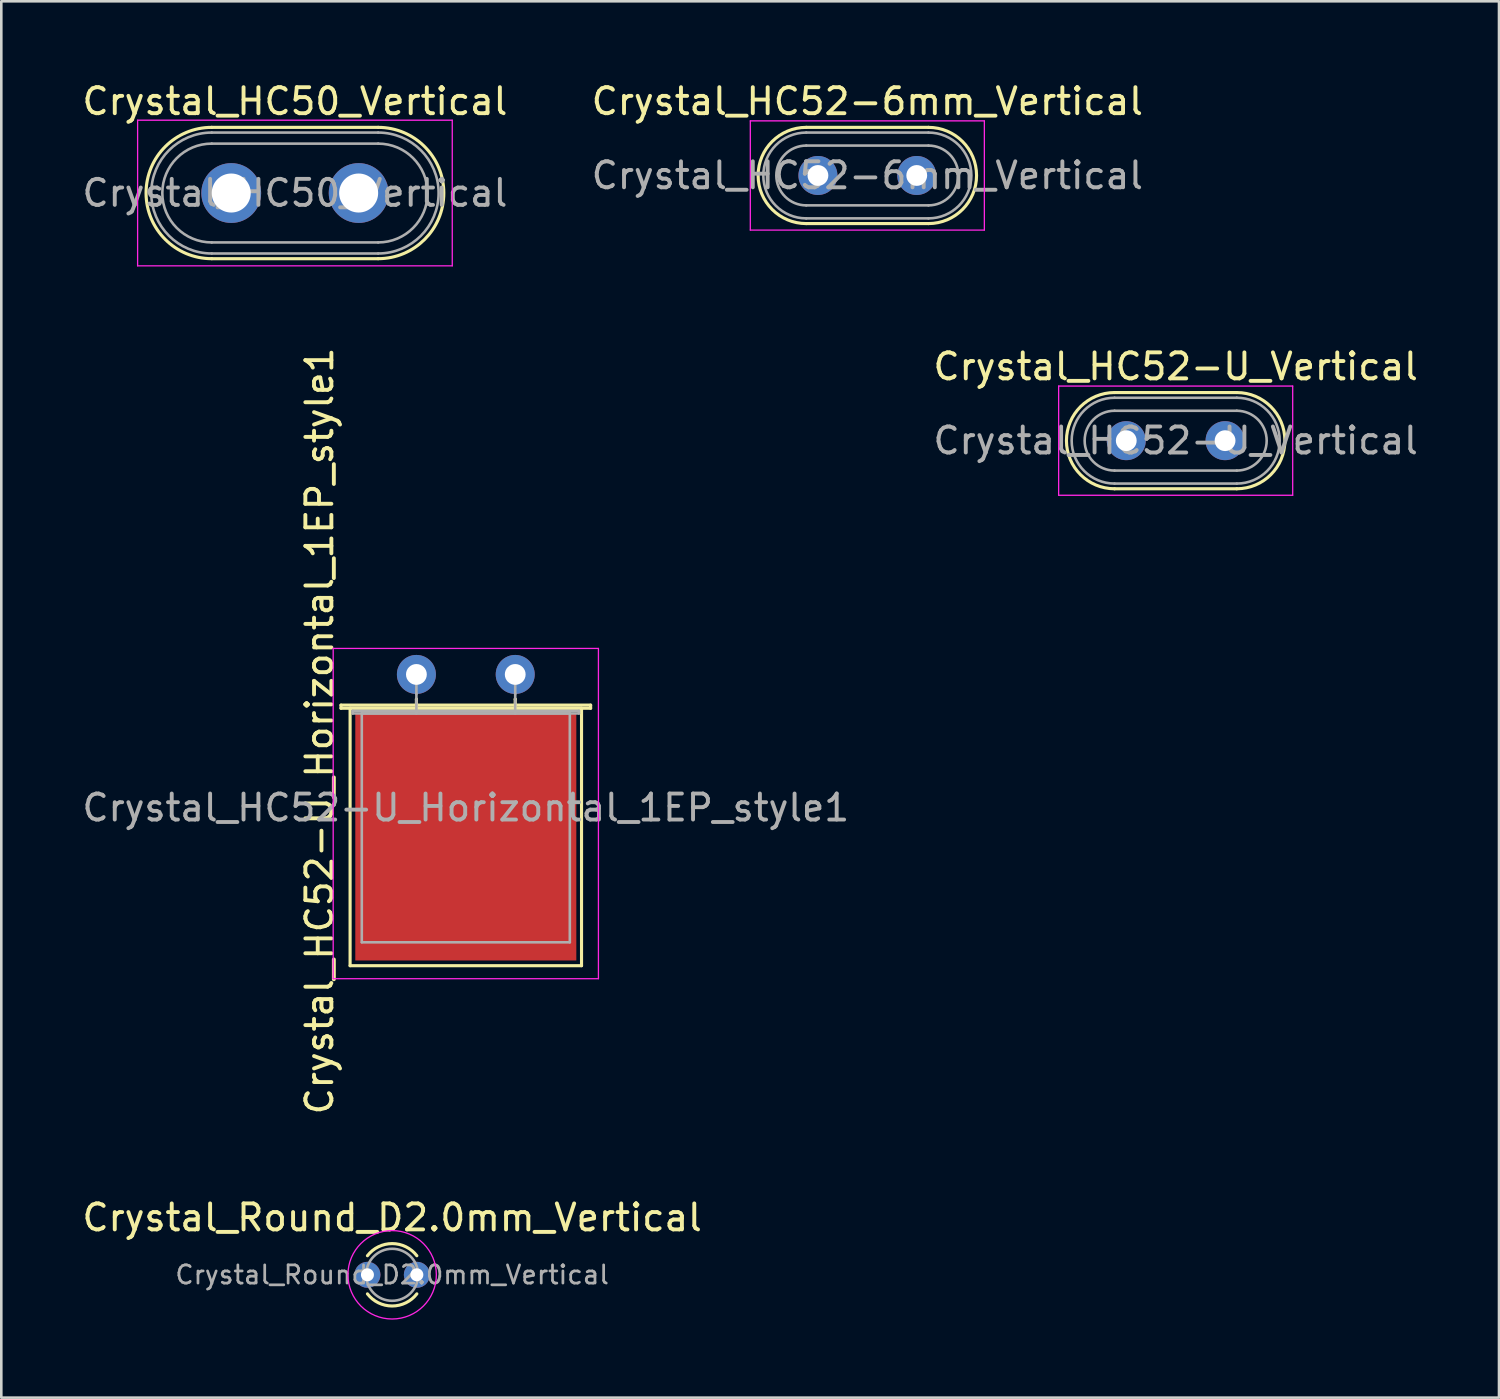
<source format=kicad_pcb>
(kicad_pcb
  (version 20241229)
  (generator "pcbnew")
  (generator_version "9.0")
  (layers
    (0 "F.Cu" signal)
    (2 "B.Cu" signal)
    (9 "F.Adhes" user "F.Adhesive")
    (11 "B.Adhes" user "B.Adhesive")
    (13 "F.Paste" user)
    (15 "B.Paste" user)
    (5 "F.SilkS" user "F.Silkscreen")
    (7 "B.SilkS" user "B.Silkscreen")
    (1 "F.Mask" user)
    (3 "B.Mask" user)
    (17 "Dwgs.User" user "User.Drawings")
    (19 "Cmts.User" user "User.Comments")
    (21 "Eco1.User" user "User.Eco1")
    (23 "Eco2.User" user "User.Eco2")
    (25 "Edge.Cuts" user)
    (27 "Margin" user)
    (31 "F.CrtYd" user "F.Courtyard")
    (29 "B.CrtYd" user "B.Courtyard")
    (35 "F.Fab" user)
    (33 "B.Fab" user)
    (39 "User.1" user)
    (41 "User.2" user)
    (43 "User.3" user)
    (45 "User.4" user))
  (footprint "Crystal_HC50_Vertical"
    (layer "F.Cu")
    (at 5.842 4.373)
    (property "Reference" "Crystal_HC50_Vertical" (at 2.45 -3.525 0) (layer "F.SilkS") (effects (font (size 1 1) (thickness 0.15))))
    (attr through_hole)
    (fp_line (start -0.75 -2.525) (end 5.65 -2.525) (stroke (width 0.12) (type solid)) (layer "F.SilkS"))
    (fp_line (start -0.75 2.525) (end 5.65 2.525) (stroke (width 0.12) (type solid)) (layer "F.SilkS"))
    (fp_arc (start -0.75 2.525) (mid -3.275 0) (end -0.75 -2.525) (stroke (width 0.12) (type solid)) (layer "F.SilkS"))
    (fp_arc (start 5.65 -2.525) (mid 8.175 0) (end 5.65 2.525) (stroke (width 0.12) (type solid)) (layer "F.SilkS"))
    (fp_line (start -3.6 -2.8) (end -3.6 2.8) (stroke (width 0.05) (type solid)) (layer "F.CrtYd"))
    (fp_line (start -3.6 2.8) (end 8.5 2.8) (stroke (width 0.05) (type solid)) (layer "F.CrtYd"))
    (fp_line (start 8.5 -2.8) (end -3.6 -2.8) (stroke (width 0.05) (type solid)) (layer "F.CrtYd"))
    (fp_line (start 8.5 2.8) (end 8.5 -2.8) (stroke (width 0.05) (type solid)) (layer "F.CrtYd"))
    (fp_line (start -0.75 -2.325) (end 5.65 -2.325) (stroke (width 0.1) (type solid)) (layer "F.Fab"))
    (fp_line (start -0.75 -1.9) (end 5.65 -1.9) (stroke (width 0.1) (type solid)) (layer "F.Fab"))
    (fp_line (start -0.75 1.9) (end 5.65 1.9) (stroke (width 0.1) (type solid)) (layer "F.Fab"))
    (fp_line (start -0.75 2.325) (end 5.65 2.325) (stroke (width 0.1) (type solid)) (layer "F.Fab"))
    (fp_arc (start -0.75 1.9) (mid -2.65 0) (end -0.75 -1.9) (stroke (width 0.1) (type solid)) (layer "F.Fab"))
    (fp_arc (start -0.75 2.325) (mid -3.075 0) (end -0.75 -2.325) (stroke (width 0.1) (type solid)) (layer "F.Fab"))
    (fp_arc (start 5.65 -2.325) (mid 7.975 0) (end 5.65 2.325) (stroke (width 0.1) (type solid)) (layer "F.Fab"))
    (fp_arc (start 5.65 -1.9) (mid 7.55 0) (end 5.65 1.9) (stroke (width 0.1) (type solid)) (layer "F.Fab"))
    (fp_text user "${REFERENCE}" (at 2.45 0 0) (layer "F.Fab") (effects (font (size 1 1) (thickness 0.15))))
    (pad "1" thru_hole circle (at 0 0) (size 2.3 2.3) (drill 1.5) (layers "*.Cu" "*.Mask"))
    (pad "2" thru_hole circle (at 4.9 0) (size 2.3 2.3) (drill 1.5) (layers "*.Cu" "*.Mask")))
  (footprint "Crystal_HC52-U_Horizontal_1EP_style1"
    (layer "F.Cu")
    (at 12.963 22.886)
    (property "Reference" "Crystal_HC52-U_Horizontal_1EP_style1" (at -3.725 2.175 90) (layer "F.SilkS") (effects (font (size 1 1) (thickness 0.15))))
    (attr through_hole)
    (fp_line (start -2.9 1.18) (end 6.7 1.18) (stroke (width 0.12) (type solid)) (layer "F.SilkS"))
    (fp_line (start -2.9 1.3) (end -2.9 1.18) (stroke (width 0.12) (type solid)) (layer "F.SilkS"))
    (fp_line (start -2.55 1.3) (end -2.55 11.2) (stroke (width 0.12) (type solid)) (layer "F.SilkS"))
    (fp_line (start -2.55 11.2) (end 6.35 11.2) (stroke (width 0.12) (type solid)) (layer "F.SilkS"))
    (fp_line (start 0 0.95) (end 0 0.95) (stroke (width 0.12) (type solid)) (layer "F.SilkS"))
    (fp_line (start 0 1.3) (end 0 0.95) (stroke (width 0.12) (type solid)) (layer "F.SilkS"))
    (fp_line (start 3.8 0.95) (end 3.8 0.95) (stroke (width 0.12) (type solid)) (layer "F.SilkS"))
    (fp_line (start 3.8 1.3) (end 3.8 0.95) (stroke (width 0.12) (type solid)) (layer "F.SilkS"))
    (fp_line (start 6.35 1.3) (end -2.55 1.3) (stroke (width 0.12) (type solid)) (layer "F.SilkS"))
    (fp_line (start 6.35 11.2) (end 6.35 1.3) (stroke (width 0.12) (type solid)) (layer "F.SilkS"))
    (fp_line (start 6.7 1.18) (end 6.7 1.3) (stroke (width 0.12) (type solid)) (layer "F.SilkS"))
    (fp_line (start 6.7 1.3) (end -2.9 1.3) (stroke (width 0.12) (type solid)) (layer "F.SilkS"))
    (fp_line (start -3.2 -1) (end -3.2 11.7) (stroke (width 0.05) (type solid)) (layer "F.CrtYd"))
    (fp_line (start -3.2 11.7) (end 7 11.7) (stroke (width 0.05) (type solid)) (layer "F.CrtYd"))
    (fp_line (start 7 -1) (end -3.2 -1) (stroke (width 0.05) (type solid)) (layer "F.CrtYd"))
    (fp_line (start 7 11.7) (end 7 -1) (stroke (width 0.05) (type solid)) (layer "F.CrtYd"))
    (fp_line (start -2.45 1.4) (end 6.25 1.4) (stroke (width 0.1) (type solid)) (layer "F.Fab"))
    (fp_line (start -2.45 1.5) (end -2.45 1.4) (stroke (width 0.1) (type solid)) (layer "F.Fab"))
    (fp_line (start -2.1 1.5) (end -2.1 10.3) (stroke (width 0.1) (type solid)) (layer "F.Fab"))
    (fp_line (start -2.1 10.3) (end 5.9 10.3) (stroke (width 0.1) (type solid)) (layer "F.Fab"))
    (fp_line (start 0 0.75) (end 0 0) (stroke (width 0.1) (type solid)) (layer "F.Fab"))
    (fp_line (start 0 1.5) (end 0 0.75) (stroke (width 0.1) (type solid)) (layer "F.Fab"))
    (fp_line (start 3.8 0.75) (end 3.8 0) (stroke (width 0.1) (type solid)) (layer "F.Fab"))
    (fp_line (start 3.8 1.5) (end 3.8 0.75) (stroke (width 0.1) (type solid)) (layer "F.Fab"))
    (fp_line (start 5.9 1.5) (end -2.1 1.5) (stroke (width 0.1) (type solid)) (layer "F.Fab"))
    (fp_line (start 5.9 10.3) (end 5.9 1.5) (stroke (width 0.1) (type solid)) (layer "F.Fab"))
    (fp_line (start 6.25 1.4) (end 6.25 1.5) (stroke (width 0.1) (type solid)) (layer "F.Fab"))
    (fp_line (start 6.25 1.5) (end -2.45 1.5) (stroke (width 0.1) (type solid)) (layer "F.Fab"))
    (fp_text user "${REFERENCE}" (at 1.9 5.125 0) (layer "F.Fab") (effects (font (size 1 1) (thickness 0.15))))
    (pad "1" thru_hole circle (at 0 0) (size 1.5 1.5) (drill 0.8) (layers "*.Cu" "*.Mask"))
    (pad "2" thru_hole circle (at 3.8 0) (size 1.5 1.5) (drill 0.8) (layers "*.Cu" "*.Mask"))
    (pad "3" smd rect (at 1.9 6.25) (size 8.5 9.5) (layers "F.Cu" "F.Mask" "F.Paste")))
  (footprint "Crystal_HC52-6mm_Vertical"
    (layer "F.Cu")
    (at 28.404 3.698)
    (property "Reference" "Crystal_HC52-6mm_Vertical" (at 1.9 -2.85 0) (layer "F.SilkS") (effects (font (size 1 1) (thickness 0.15))))
    (attr through_hole)
    (fp_line (start -0.45 -1.85) (end 4.25 -1.85) (stroke (width 0.12) (type solid)) (layer "F.SilkS"))
    (fp_line (start -0.45 1.85) (end 4.25 1.85) (stroke (width 0.12) (type solid)) (layer "F.SilkS"))
    (fp_arc (start -0.45 1.85) (mid -2.3 0) (end -0.45 -1.85) (stroke (width 0.12) (type solid)) (layer "F.SilkS"))
    (fp_arc (start 4.25 -1.85) (mid 6.1 0) (end 4.25 1.85) (stroke (width 0.12) (type solid)) (layer "F.SilkS"))
    (fp_line (start -2.6 -2.1) (end -2.6 2.1) (stroke (width 0.05) (type solid)) (layer "F.CrtYd"))
    (fp_line (start -2.6 2.1) (end 6.4 2.1) (stroke (width 0.05) (type solid)) (layer "F.CrtYd"))
    (fp_line (start 6.4 -2.1) (end -2.6 -2.1) (stroke (width 0.05) (type solid)) (layer "F.CrtYd"))
    (fp_line (start 6.4 2.1) (end 6.4 -2.1) (stroke (width 0.05) (type solid)) (layer "F.CrtYd"))
    (fp_line (start -0.45 -1.65) (end 4.25 -1.65) (stroke (width 0.1) (type solid)) (layer "F.Fab"))
    (fp_line (start -0.45 -1.15) (end 4.25 -1.15) (stroke (width 0.1) (type solid)) (layer "F.Fab"))
    (fp_line (start -0.45 1.15) (end 4.25 1.15) (stroke (width 0.1) (type solid)) (layer "F.Fab"))
    (fp_line (start -0.45 1.65) (end 4.25 1.65) (stroke (width 0.1) (type solid)) (layer "F.Fab"))
    (fp_arc (start -0.45 1.15) (mid -1.6 0) (end -0.45 -1.15) (stroke (width 0.1) (type solid)) (layer "F.Fab"))
    (fp_arc (start -0.45 1.65) (mid -2.1 0) (end -0.45 -1.65) (stroke (width 0.1) (type solid)) (layer "F.Fab"))
    (fp_arc (start 4.25 -1.65) (mid 5.9 0) (end 4.25 1.65) (stroke (width 0.1) (type solid)) (layer "F.Fab"))
    (fp_arc (start 4.25 -1.15) (mid 5.4 0) (end 4.25 1.15) (stroke (width 0.1) (type solid)) (layer "F.Fab"))
    (fp_text user "${REFERENCE}" (at 1.9 0 0) (layer "F.Fab") (effects (font (size 1 1) (thickness 0.15))))
    (pad "1" thru_hole circle (at 0 0) (size 1.5 1.5) (drill 0.8) (layers "*.Cu" "*.Mask"))
    (pad "2" thru_hole circle (at 3.8 0) (size 1.5 1.5) (drill 0.8) (layers "*.Cu" "*.Mask")))
  (footprint "Crystal_Round_D2.0mm_Vertical"
    (layer "F.Cu")
    (at 11.08 45.973)
    (property "Reference" "Crystal_Round_D2.0mm_Vertical" (at 0.95 -2.2 0) (layer "F.SilkS") (effects (font (size 1 1) (thickness 0.15))))
    (attr through_hole)
    (fp_arc (start 0 -0.733144) (mid 0.950178 -1.2) (end 1.900217 -0.732863) (stroke (width 0.12) (type solid)) (layer "F.SilkS"))
    (fp_arc (start 1.900217 0.732863) (mid 0.950178 1.2) (end 0 0.733144) (stroke (width 0.12) (type solid)) (layer "F.SilkS"))
    (fp_circle (center 0.95 0) (end 2.65 0) (stroke (width 0.05) (type solid)) (fill no) (layer "F.CrtYd"))
    (fp_circle (center 0.95 0) (end 1.95 0) (stroke (width 0.1) (type solid)) (fill no) (layer "F.Fab"))
    (fp_text user "${REFERENCE}" (at 0.95 0 0) (layer "F.Fab") (effects (font (size 0.7 0.7) (thickness 0.105))))
    (pad "1" thru_hole circle (at 0 0) (size 1 1) (drill 0.5) (layers "*.Cu" "*.Mask"))
    (pad "2" thru_hole circle (at 1.9 0) (size 1 1) (drill 0.5) (layers "*.Cu" "*.Mask")))
  (footprint "Crystal_HC52-U_Vertical"
    (layer "F.Cu")
    (at 40.261 13.896)
    (property "Reference" "Crystal_HC52-U_Vertical" (at 1.9 -2.85 0) (layer "F.SilkS") (effects (font (size 1 1) (thickness 0.15))))
    (attr through_hole)
    (fp_line (start -0.45 -1.85) (end 4.25 -1.85) (stroke (width 0.12) (type solid)) (layer "F.SilkS"))
    (fp_line (start -0.45 1.85) (end 4.25 1.85) (stroke (width 0.12) (type solid)) (layer "F.SilkS"))
    (fp_arc (start -0.45 1.85) (mid -2.3 0) (end -0.45 -1.85) (stroke (width 0.12) (type solid)) (layer "F.SilkS"))
    (fp_arc (start 4.25 -1.85) (mid 6.1 0) (end 4.25 1.85) (stroke (width 0.12) (type solid)) (layer "F.SilkS"))
    (fp_line (start -2.6 -2.1) (end -2.6 2.1) (stroke (width 0.05) (type solid)) (layer "F.CrtYd"))
    (fp_line (start -2.6 2.1) (end 6.4 2.1) (stroke (width 0.05) (type solid)) (layer "F.CrtYd"))
    (fp_line (start 6.4 -2.1) (end -2.6 -2.1) (stroke (width 0.05) (type solid)) (layer "F.CrtYd"))
    (fp_line (start 6.4 2.1) (end 6.4 -2.1) (stroke (width 0.05) (type solid)) (layer "F.CrtYd"))
    (fp_line (start -0.45 -1.65) (end 4.25 -1.65) (stroke (width 0.1) (type solid)) (layer "F.Fab"))
    (fp_line (start -0.45 -1.15) (end 4.25 -1.15) (stroke (width 0.1) (type solid)) (layer "F.Fab"))
    (fp_line (start -0.45 1.15) (end 4.25 1.15) (stroke (width 0.1) (type solid)) (layer "F.Fab"))
    (fp_line (start -0.45 1.65) (end 4.25 1.65) (stroke (width 0.1) (type solid)) (layer "F.Fab"))
    (fp_arc (start -0.45 1.15) (mid -1.6 0) (end -0.45 -1.15) (stroke (width 0.1) (type solid)) (layer "F.Fab"))
    (fp_arc (start -0.45 1.65) (mid -2.1 0) (end -0.45 -1.65) (stroke (width 0.1) (type solid)) (layer "F.Fab"))
    (fp_arc (start 4.25 -1.65) (mid 5.9 0) (end 4.25 1.65) (stroke (width 0.1) (type solid)) (layer "F.Fab"))
    (fp_arc (start 4.25 -1.15) (mid 5.4 0) (end 4.25 1.15) (stroke (width 0.1) (type solid)) (layer "F.Fab"))
    (fp_text user "${REFERENCE}" (at 1.9 0 0) (layer "F.Fab") (effects (font (size 1 1) (thickness 0.15))))
    (pad "1" thru_hole circle (at 0 0) (size 1.5 1.5) (drill 0.8) (layers "*.Cu" "*.Mask"))
    (pad "2" thru_hole circle (at 3.8 0) (size 1.5 1.5) (drill 0.8) (layers "*.Cu" "*.Mask")))
  (gr_rect
    (start -3 -3)
    (end 54.595 50.698)
    (stroke (width 0.1) (type default))
    (fill no)
    (layer "Edge.Cuts")))
</source>
